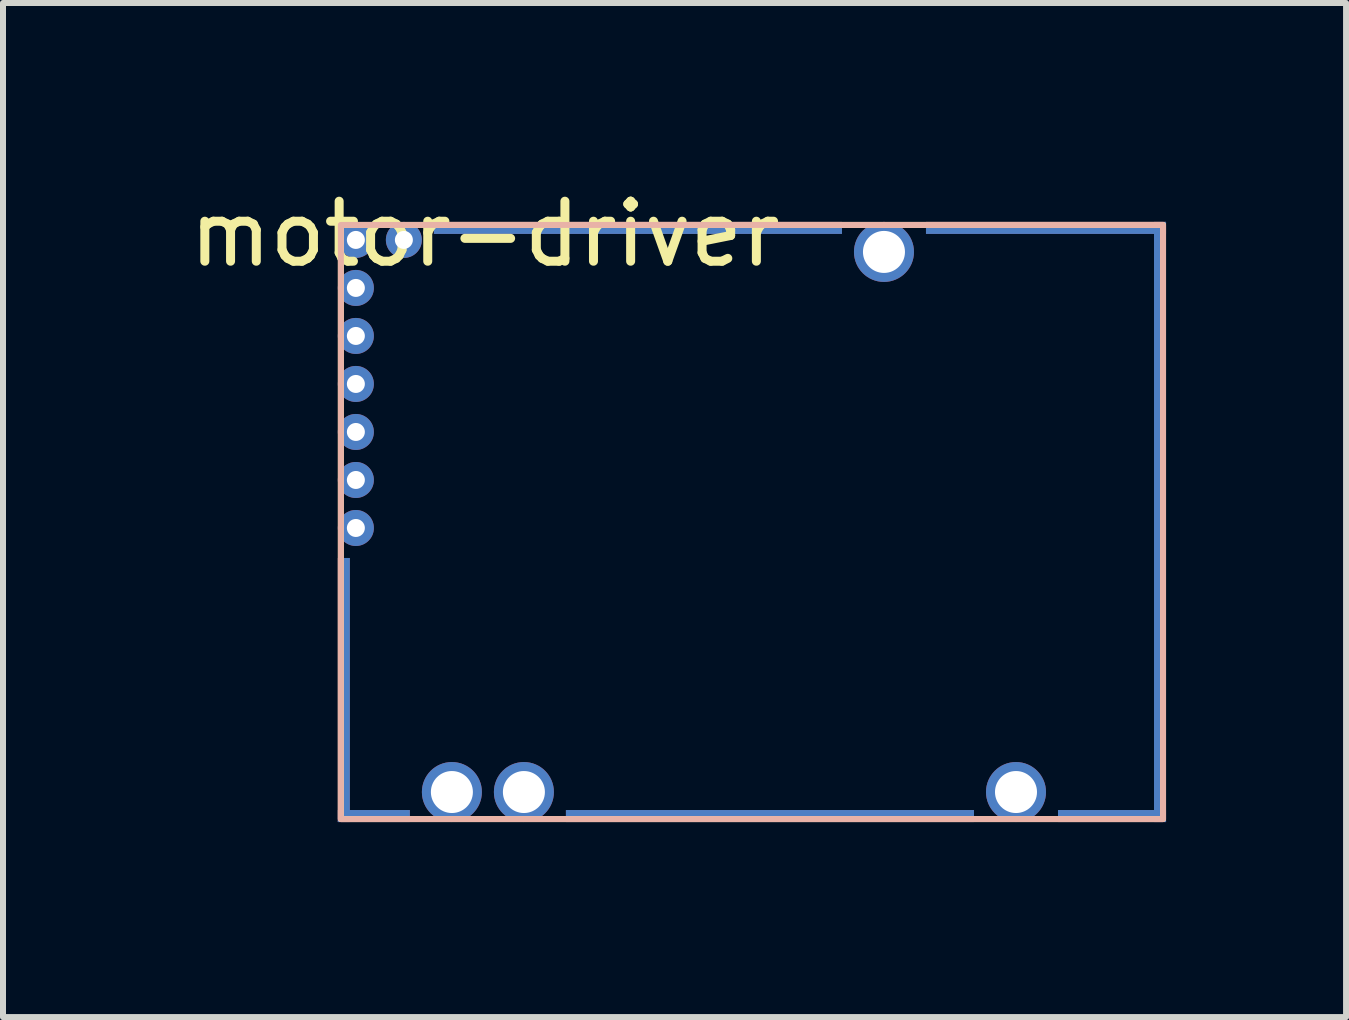
<source format=kicad_pcb>
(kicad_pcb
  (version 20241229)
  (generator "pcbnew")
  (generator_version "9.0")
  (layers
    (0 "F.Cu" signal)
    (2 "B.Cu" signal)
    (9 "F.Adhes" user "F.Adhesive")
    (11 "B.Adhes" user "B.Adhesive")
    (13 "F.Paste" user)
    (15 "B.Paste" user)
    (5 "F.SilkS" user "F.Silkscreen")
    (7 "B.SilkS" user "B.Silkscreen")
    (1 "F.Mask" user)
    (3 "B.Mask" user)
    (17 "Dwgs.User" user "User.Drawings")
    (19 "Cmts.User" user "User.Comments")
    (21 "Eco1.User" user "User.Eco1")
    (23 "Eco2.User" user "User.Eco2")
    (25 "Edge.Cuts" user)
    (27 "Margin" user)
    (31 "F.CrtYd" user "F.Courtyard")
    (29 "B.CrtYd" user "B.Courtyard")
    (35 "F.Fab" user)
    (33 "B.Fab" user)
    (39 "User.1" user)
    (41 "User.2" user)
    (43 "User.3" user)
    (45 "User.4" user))
  (footprint "motor-driver"
    (layer "F.Cu")
    (at 2.58 10.648)
    (property "Reference" "motor-driver" (at 2.45 -9.8 0) (unlocked yes) (layer "F.SilkS") (effects (font (size 1 1) (thickness 0.15))))
    (fp_rect (start 0.05 -9.95) (end 13.75 -0.05) (stroke (width 0.1) (type default)) (fill no) (layer "F.SilkS"))
    (fp_rect (start 13.75 -9.95) (end 0.05 -0.05) (stroke (width 0.1) (type default)) (fill no) (layer "B.SilkS"))
    (pad "G" smd rect (at 0.1 -2.2 180) (size 0.2 4.4) (layers "F.Cu"))
    (pad "G" smd rect (at 0.1 -2.2 180) (size 0.2 4.4) (layers "B.Cu"))
    (pad "G" smd rect (at 0.1 -2.2 180) (size 0.2 4.4) (layers "In1.Cu"))
    (pad "G" smd rect (at 0.1 -2.2 180) (size 0.2 4.4) (layers "In2.Cu"))
    (pad "G" smd rect (at 0.6 -0.1 270) (size 0.2 1.2) (layers "F.Cu"))
    (pad "G" smd rect (at 0.6 -0.1 270) (size 0.2 1.2) (layers "B.Cu"))
    (pad "G" smd rect (at 0.6 -0.1 270) (size 0.2 1.2) (layers "In1.Cu"))
    (pad "G" smd rect (at 0.6 -0.1 270) (size 0.2 1.2) (layers "In2.Cu"))
    (pad "G" smd rect (at 5 -9.9 270) (size 0.2 6.8) (layers "F.Cu"))
    (pad "G" smd rect (at 5 -9.9 270) (size 0.2 6.8) (layers "B.Cu"))
    (pad "G" smd rect (at 5 -9.9 270) (size 0.2 6.8) (layers "In1.Cu"))
    (pad "G" smd rect (at 5 -9.9 270) (size 0.2 6.8) (layers "In2.Cu"))
    (pad "G" smd rect (at 7.2 -0.1 270) (size 0.2 6.8) (layers "F.Cu"))
    (pad "G" smd rect (at 7.2 -0.1 270) (size 0.2 6.8) (layers "B.Cu"))
    (pad "G" smd rect (at 7.2 -0.1 270) (size 0.2 6.8) (layers "In1.Cu"))
    (pad "G" smd rect (at 7.2 -0.1 270) (size 0.2 6.8) (layers "In2.Cu"))
    (pad "G" smd rect (at 11.8 -9.9 270) (size 0.2 4) (layers "F.Cu"))
    (pad "G" smd rect (at 11.8 -9.9 270) (size 0.2 4) (layers "B.Cu"))
    (pad "G" smd rect (at 11.8 -9.9 270) (size 0.2 4) (layers "In1.Cu"))
    (pad "G" smd rect (at 11.8 -9.9 270) (size 0.2 4) (layers "In2.Cu"))
    (pad "G" smd rect (at 12.9 -0.1 270) (size 0.2 1.8) (layers "F.Cu"))
    (pad "G" smd rect (at 12.9 -0.1 270) (size 0.2 1.8) (layers "B.Cu"))
    (pad "G" smd rect (at 12.9 -0.1 270) (size 0.2 1.8) (layers "In1.Cu"))
    (pad "G" smd rect (at 12.9 -0.1 270) (size 0.2 1.8) (layers "In2.Cu"))
    (pad "G" smd rect (at 13.7 -5 180) (size 0.2 10) (layers "F.Cu"))
    (pad "G" smd rect (at 13.7 -5 180) (size 0.2 10) (layers "B.Cu"))
    (pad "G" smd rect (at 13.7 -5 180) (size 0.2 10) (layers "In1.Cu"))
    (pad "G" smd rect (at 13.7 -5 180) (size 0.2 10) (layers "In2.Cu"))
    (pad "N1" thru_hole circle (at 1.1 -9.7 90) (size 0.6 0.6) (drill 0.3) (layers "*.Cu"))
    (pad "N2" thru_hole circle (at 9.1 -9.5 180) (size 1 1) (drill 0.7) (layers "*.Cu"))
    (pad "S1" thru_hole circle (at 1.9 -0.5 180) (size 1 1) (drill 0.7) (layers "*.Cu"))
    (pad "S2" thru_hole circle (at 3.1 -0.5 180) (size 1 1) (drill 0.7) (layers "*.Cu"))
    (pad "S3" thru_hole circle (at 11.3 -0.5 180) (size 1 1) (drill 0.7) (layers "*.Cu"))
    (pad "W1" thru_hole circle (at 0.3 -9.7 90) (size 0.6 0.6) (drill 0.3) (layers "*.Cu"))
    (pad "W2" thru_hole circle (at 0.3 -8.9 90) (size 0.6 0.6) (drill 0.3) (layers "*.Cu"))
    (pad "W3" thru_hole circle (at 0.3 -8.1 90) (size 0.6 0.6) (drill 0.3) (layers "*.Cu"))
    (pad "W4" thru_hole circle (at 0.3 -7.3 90) (size 0.6 0.6) (drill 0.3) (layers "*.Cu"))
    (pad "W5" thru_hole circle (at 0.3 -6.5 90) (size 0.6 0.6) (drill 0.3) (layers "*.Cu"))
    (pad "W6" thru_hole circle (at 0.3 -5.7 90) (size 0.6 0.6) (drill 0.3) (layers "*.Cu"))
    (pad "W7" thru_hole circle (at 0.3 -4.9 90) (size 0.6 0.6) (drill 0.3) (layers "*.Cu"))
    (zone (net_name "") (layers "F.Cu" "B.Cu") (hatch edge 0.508) (connect_pads) (min_thickness 0.254) (filled_areas_thickness no) (keepout (tracks allowed) (vias allowed) (pads allowed) (copperpour not_allowed) (footprints allowed)) (placement (enabled no)) (fill) (polygon (pts (xy 16.28 10.548) (xy 2.68 10.548) (xy 2.68 0.748) (xy 16.28 0.748)))))
  (gr_rect
    (start -3 -3)
    (end 19.38 13.898)
    (stroke (width 0.1) (type default))
    (fill no)
    (layer "Edge.Cuts")))
</source>
